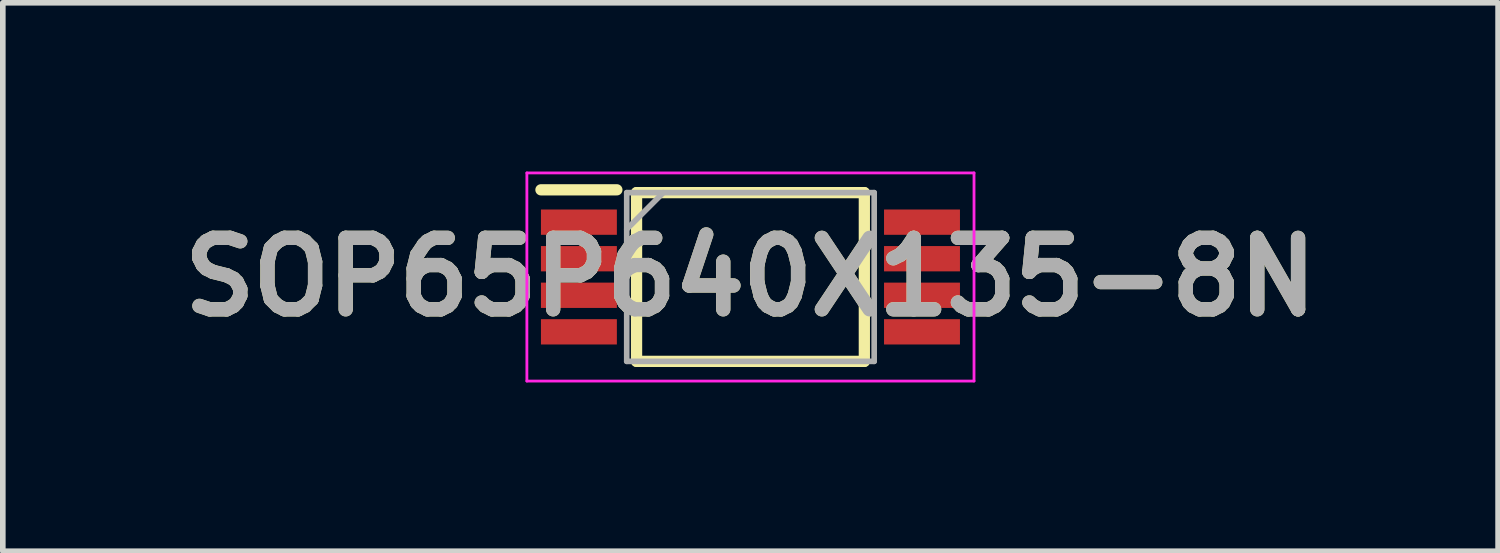
<source format=kicad_pcb>
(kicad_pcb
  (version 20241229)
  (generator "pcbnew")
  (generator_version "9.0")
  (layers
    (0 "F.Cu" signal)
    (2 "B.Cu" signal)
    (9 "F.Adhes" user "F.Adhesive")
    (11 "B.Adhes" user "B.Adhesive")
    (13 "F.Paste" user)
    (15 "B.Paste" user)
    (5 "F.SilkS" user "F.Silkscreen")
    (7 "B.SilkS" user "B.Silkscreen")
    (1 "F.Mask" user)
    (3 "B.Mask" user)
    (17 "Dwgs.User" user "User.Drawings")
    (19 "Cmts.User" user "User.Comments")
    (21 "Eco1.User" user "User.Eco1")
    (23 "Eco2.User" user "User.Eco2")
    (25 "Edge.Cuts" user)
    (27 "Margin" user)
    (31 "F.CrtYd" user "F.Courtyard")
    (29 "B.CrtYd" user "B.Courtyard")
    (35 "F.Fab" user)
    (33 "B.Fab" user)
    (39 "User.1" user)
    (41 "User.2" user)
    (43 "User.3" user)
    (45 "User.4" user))
  (footprint "SOP65P640X135-8N"
    (layer "F.Cu")
    (at 10.293 1.875)
    (property "Reference" "SOP65P640X135-8N" (at 0 0 0) (layer "F.SilkS") (effects (font (size 1.27 1.27) (thickness 0.254))))
    (attr smd)
    (fp_line (start -3.725 -1.55) (end -2.375 -1.55) (stroke (width 0.2) (type solid)) (layer "F.SilkS"))
    (fp_line (start -2.025 -1.5) (end 2.025 -1.5) (stroke (width 0.2) (type solid)) (layer "F.SilkS"))
    (fp_line (start -2.025 1.5) (end -2.025 -1.5) (stroke (width 0.2) (type solid)) (layer "F.SilkS"))
    (fp_line (start 2.025 -1.5) (end 2.025 1.5) (stroke (width 0.2) (type solid)) (layer "F.SilkS"))
    (fp_line (start 2.025 1.5) (end -2.025 1.5) (stroke (width 0.2) (type solid)) (layer "F.SilkS"))
    (fp_line (start -3.975 -1.85) (end 3.975 -1.85) (stroke (width 0.05) (type solid)) (layer "F.CrtYd"))
    (fp_line (start -3.975 1.85) (end -3.975 -1.85) (stroke (width 0.05) (type solid)) (layer "F.CrtYd"))
    (fp_line (start 3.975 -1.85) (end 3.975 1.85) (stroke (width 0.05) (type solid)) (layer "F.CrtYd"))
    (fp_line (start 3.975 1.85) (end -3.975 1.85) (stroke (width 0.05) (type solid)) (layer "F.CrtYd"))
    (fp_line (start -2.2 -1.5) (end 2.2 -1.5) (stroke (width 0.1) (type solid)) (layer "F.Fab"))
    (fp_line (start -2.2 -0.85) (end -1.55 -1.5) (stroke (width 0.1) (type solid)) (layer "F.Fab"))
    (fp_line (start -2.2 1.5) (end -2.2 -1.5) (stroke (width 0.1) (type solid)) (layer "F.Fab"))
    (fp_line (start 2.2 -1.5) (end 2.2 1.5) (stroke (width 0.1) (type solid)) (layer "F.Fab"))
    (fp_line (start 2.2 1.5) (end -2.2 1.5) (stroke (width 0.1) (type solid)) (layer "F.Fab"))
    (fp_text user "${REFERENCE}" (at 0 0 0) (layer "F.Fab") (effects (font (size 1.27 1.27) (thickness 0.254))))
    (pad "1" smd rect (at -3.05 -0.975 90) (size 0.45 1.35) (layers "F.Cu" "F.Mask" "F.Paste"))
    (pad "2" smd rect (at -3.05 -0.325 90) (size 0.45 1.35) (layers "F.Cu" "F.Mask" "F.Paste"))
    (pad "3" smd rect (at -3.05 0.325 90) (size 0.45 1.35) (layers "F.Cu" "F.Mask" "F.Paste"))
    (pad "4" smd rect (at -3.05 0.975 90) (size 0.45 1.35) (layers "F.Cu" "F.Mask" "F.Paste"))
    (pad "5" smd rect (at 3.05 0.975 90) (size 0.45 1.35) (layers "F.Cu" "F.Mask" "F.Paste"))
    (pad "6" smd rect (at 3.05 0.325 90) (size 0.45 1.35) (layers "F.Cu" "F.Mask" "F.Paste"))
    (pad "7" smd rect (at 3.05 -0.325 90) (size 0.45 1.35) (layers "F.Cu" "F.Mask" "F.Paste"))
    (pad "8" smd rect (at 3.05 -0.975 90) (size 0.45 1.35) (layers "F.Cu" "F.Mask" "F.Paste")))
  (gr_rect
    (start -3 -3)
    (end 23.586 6.75)
    (stroke (width 0.1) (type default))
    (fill no)
    (layer "Edge.Cuts")))
</source>
